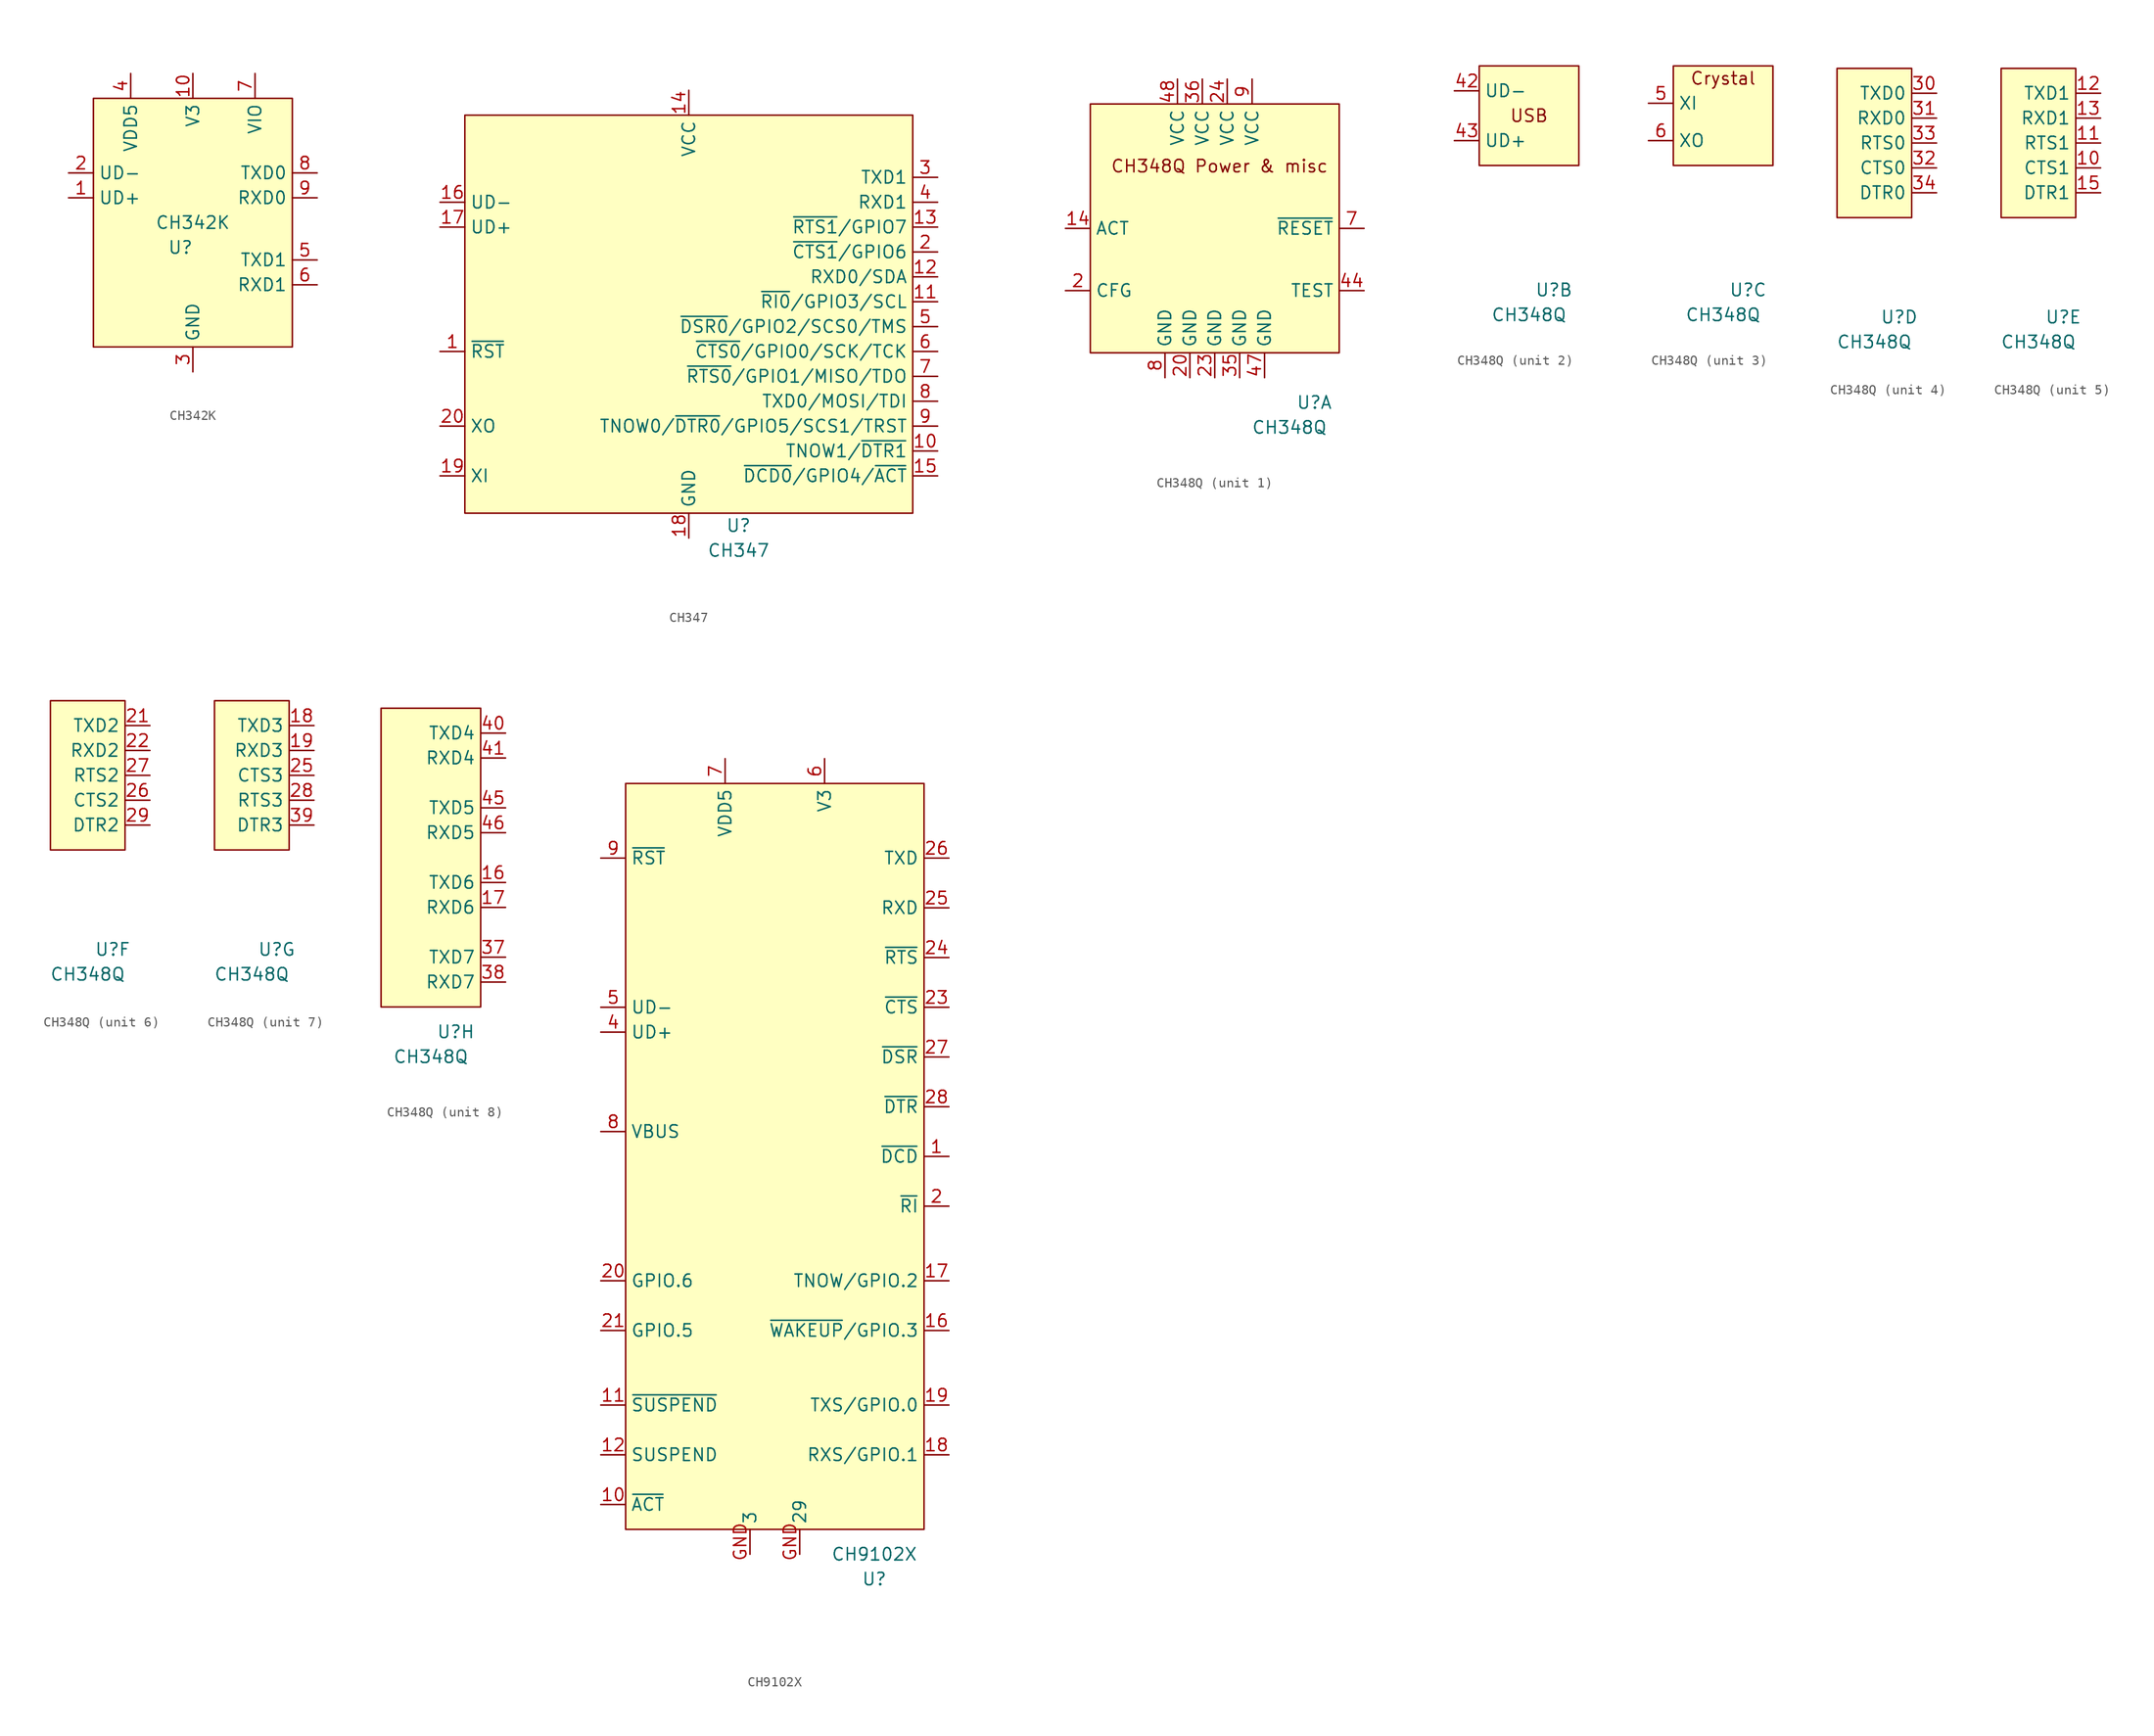
<source format=kicad_sym>
(kicad_symbol_lib
  (version 20220914)
  (generator kicad_symbol_editor)
  (symbol "CH342K"
    (property "Reference" "U"
      (at -1.27 -2.54 0)
      (effects (font (size 1.27 1.27))))
    (property "Value" "CH342K"
      (at 0 0 0)
      (effects (font (size 1.27 1.27))))
    (symbol "CH342K_0_1"
      (rectangle (start -10.16 12.7) (end 10.16 -12.7) (stroke (width 0) (type default) (color 0 0 0 0)) (fill (type background))))
    (symbol "CH342K_1_1"
      (pin bidirectional line (at -12.7 2.54 0) (length 2.54) (name "UD+" (effects (font (size 1.27 1.27)))) (number "1" (effects (font (size 1.27 1.27)))))
      (pin power_out line (at 0 15.24 270) (length 2.54) (name "V3" (effects (font (size 1.27 1.27)))) (number "10" (effects (font (size 1.27 1.27)))))
      (pin bidirectional line (at -12.7 5.08 0) (length 2.54) (name "UD-" (effects (font (size 1.27 1.27)))) (number "2" (effects (font (size 1.27 1.27)))))
      (pin passive line (at 0 -15.24 90) (length 2.54) (name "GND" (effects (font (size 1.27 1.27)))) (number "3" (effects (font (size 1.27 1.27)))))
      (pin power_in line (at -6.35 15.24 270) (length 2.54) (name "VDD5" (effects (font (size 1.27 1.27)))) (number "4" (effects (font (size 1.27 1.27)))))
      (pin output line (at 12.7 -3.81 180) (length 2.54) (name "TXD1" (effects (font (size 1.27 1.27)))) (number "5" (effects (font (size 1.27 1.27)))))
      (pin input line (at 12.7 -6.35 180) (length 2.54) (name "RXD1" (effects (font (size 1.27 1.27)))) (number "6" (effects (font (size 1.27 1.27)))))
      (pin power_in line (at 6.35 15.24 270) (length 2.54) (name "VIO" (effects (font (size 1.27 1.27)))) (number "7" (effects (font (size 1.27 1.27)))))
      (pin output line (at 12.7 5.08 180) (length 2.54) (name "TXD0" (effects (font (size 1.27 1.27)))) (number "8" (effects (font (size 1.27 1.27)))))
      (pin input line (at 12.7 2.54 180) (length 2.54) (name "RXD0" (effects (font (size 1.27 1.27)))) (number "9" (effects (font (size 1.27 1.27)))))))
  (symbol "CH347"
    (property "Reference" "U"
      (at 5.08 -17.78 0)
      (effects (font (size 1.27 1.27))))
    (property "Value" "CH347"
      (at 5.08 -20.32 0)
      (effects (font (size 1.27 1.27))))
    (symbol "CH347_0_0"
      (rectangle (start -22.86 24.13) (end 22.86 -16.51) (stroke (width 0.152) (type default)) (fill (type background))))
    (symbol "CH347_1_1"
      (pin passive line (at -25.4 0 0) (length 2.54) (name "~{RST}" (effects (font (size 1.27 1.27)))) (number "1" (effects (font (size 1.27 1.27)))))
      (pin bidirectional line (at 25.4 -10.16 180) (length 2.54) (name "TNOW1/~{DTR1}" (effects (font (size 1.27 1.27)))) (number "10" (effects (font (size 1.27 1.27)))))
      (pin bidirectional line (at 25.4 5.08 180) (length 2.54) (name "~{RI0}/GPIO3/SCL" (effects (font (size 1.27 1.27)))) (number "11" (effects (font (size 1.27 1.27)))))
      (pin bidirectional line (at 25.4 7.62 180) (length 2.54) (name "RXD0/SDA" (effects (font (size 1.27 1.27)))) (number "12" (effects (font (size 1.27 1.27)))))
      (pin bidirectional line (at 25.4 12.7 180) (length 2.54) (name "~{RTS1}/GPIO7" (effects (font (size 1.27 1.27)))) (number "13" (effects (font (size 1.27 1.27)))))
      (pin power_in line (at 0 26.67 270) (length 2.54) (name "VCC" (effects (font (size 1.27 1.27)))) (number "14" (effects (font (size 1.27 1.27)))))
      (pin bidirectional line (at 25.4 -12.7 180) (length 2.54) (name "~{DCD0}/GPIO4/~{ACT}" (effects (font (size 1.27 1.27)))) (number "15" (effects (font (size 1.27 1.27)))))
      (pin bidirectional line (at -25.4 15.24 0) (length 2.54) (name "UD-" (effects (font (size 1.27 1.27)))) (number "16" (effects (font (size 1.27 1.27)))))
      (pin bidirectional line (at -25.4 12.7 0) (length 2.54) (name "UD+" (effects (font (size 1.27 1.27)))) (number "17" (effects (font (size 1.27 1.27)))))
      (pin passive line (at 0 -19.05 90) (length 2.54) (name "GND" (effects (font (size 1.27 1.27)))) (number "18" (effects (font (size 1.27 1.27)))))
      (pin input line (at -25.4 -12.7 0) (length 2.54) (name "XI" (effects (font (size 1.27 1.27)))) (number "19" (effects (font (size 1.27 1.27)))))
      (pin bidirectional line (at 25.4 10.16 180) (length 2.54) (name "~{CTS1}/GPIO6" (effects (font (size 1.27 1.27)))) (number "2" (effects (font (size 1.27 1.27)))))
      (pin output line (at -25.4 -7.62 0) (length 2.54) (name "XO" (effects (font (size 1.27 1.27)))) (number "20" (effects (font (size 1.27 1.27)))))
      (pin output line (at 25.4 17.78 180) (length 2.54) (name "TXD1" (effects (font (size 1.27 1.27)))) (number "3" (effects (font (size 1.27 1.27)))))
      (pin output line (at 25.4 15.24 180) (length 2.54) (name "RXD1" (effects (font (size 1.27 1.27)))) (number "4" (effects (font (size 1.27 1.27)))))
      (pin bidirectional line (at 25.4 2.54 180) (length 2.54) (name "~{DSR0}/GPIO2/SCS0/TMS" (effects (font (size 1.27 1.27)))) (number "5" (effects (font (size 1.27 1.27)))))
      (pin bidirectional line (at 25.4 0 180) (length 2.54) (name "~{CTS0}/GPIO0/SCK/TCK" (effects (font (size 1.27 1.27)))) (number "6" (effects (font (size 1.27 1.27)))))
      (pin bidirectional line (at 25.4 -2.54 180) (length 2.54) (name "~{RTS0}/GPIO1/MISO/TDO" (effects (font (size 1.27 1.27)))) (number "7" (effects (font (size 1.27 1.27)))))
      (pin bidirectional line (at 25.4 -5.08 180) (length 2.54) (name "TXD0/MOSI/TDI" (effects (font (size 1.27 1.27)))) (number "8" (effects (font (size 1.27 1.27)))))
      (pin bidirectional line (at 25.4 -7.62 180) (length 2.54) (name "TNOW0/~{DTR0}/GPIO5/SCS1/TRST" (effects (font (size 1.27 1.27)))) (number "9" (effects (font (size 1.27 1.27)))))))
  (symbol "CH348Q"
    (property "Reference" "U"
      (at 2.54 -17.78 0)
      (effects (font (size 1.27 1.27))))
    (property "Value" "CH348Q"
      (at 0 -20.32 0)
      (effects (font (size 1.27 1.27))))
    (property "ki_locked" ""
      (at 0 0 0)
      (effects (font (size 1.27 1.27))))
    (symbol "CH348Q_1_1"
      (rectangle (start -20.32 12.7) (end 5.08 -12.7) (stroke (width 0.152) (type default)) (fill (type background)))
      (text " CH348Q Power & misc" (at -7.62 6.35 0) (effects (font (size 1.27 1.27))))
      (pin no_connect line (at -7.62 2.54 0) (length 2.54) hide (name "NC" (effects (font (size 1.27 1.27)))) (number "1" (effects (font (size 1.27 1.27)))))
      (pin output line (at -22.86 0 0) (length 2.54) (name "ACT" (effects (font (size 1.27 1.27)))) (number "14" (effects (font (size 1.27 1.27)))))
      (pin input line (at -22.86 -6.35 0) (length 2.54) (name "CFG" (effects (font (size 1.27 1.27)))) (number "2" (effects (font (size 1.27 1.27)))))
      (pin passive line (at -10.16 -15.24 90) (length 2.54) (name "GND" (effects (font (size 1.27 1.27)))) (number "20" (effects (font (size 1.27 1.27)))))
      (pin passive line (at -7.62 -15.24 90) (length 2.54) (name "GND" (effects (font (size 1.27 1.27)))) (number "23" (effects (font (size 1.27 1.27)))))
      (pin power_in line (at -6.35 15.24 270) (length 2.54) (name "VCC" (effects (font (size 1.27 1.27)))) (number "24" (effects (font (size 1.27 1.27)))))
      (pin no_connect line (at -7.62 -2.54 0) (length 2.54) hide (name "NC" (effects (font (size 1.27 1.27)))) (number "3" (effects (font (size 1.27 1.27)))))
      (pin passive line (at -5.08 -15.24 90) (length 2.54) (name "GND" (effects (font (size 1.27 1.27)))) (number "35" (effects (font (size 1.27 1.27)))))
      (pin power_in line (at -8.89 15.24 270) (length 2.54) (name "VCC" (effects (font (size 1.27 1.27)))) (number "36" (effects (font (size 1.27 1.27)))))
      (pin no_connect line (at -7.62 -5.08 0) (length 2.54) hide (name "NC" (effects (font (size 1.27 1.27)))) (number "4" (effects (font (size 1.27 1.27)))))
      (pin input line (at 7.62 -6.35 180) (length 2.54) (name "TEST" (effects (font (size 1.27 1.27)))) (number "44" (effects (font (size 1.27 1.27)))))
      (pin passive line (at -2.54 -15.24 90) (length 2.54) (name "GND" (effects (font (size 1.27 1.27)))) (number "47" (effects (font (size 1.27 1.27)))))
      (pin power_in line (at -11.43 15.24 270) (length 2.54) (name "VCC" (effects (font (size 1.27 1.27)))) (number "48" (effects (font (size 1.27 1.27)))))
      (pin input line (at 7.62 0 180) (length 2.54) (name "~{RESET}" (effects (font (size 1.27 1.27)))) (number "7" (effects (font (size 1.27 1.27)))))
      (pin passive line (at -12.7 -15.24 90) (length 2.54) (name "GND" (effects (font (size 1.27 1.27)))) (number "8" (effects (font (size 1.27 1.27)))))
      (pin power_in line (at -3.81 15.24 270) (length 2.54) (name "VCC" (effects (font (size 1.27 1.27)))) (number "9" (effects (font (size 1.27 1.27))))))
    (symbol "CH348Q_2_0"
      (text "USB" (at 0 0 0) (effects (font (size 1.27 1.27)))))
    (symbol "CH348Q_2_1"
      (rectangle (start -5.08 5.08) (end 5.08 -5.08) (stroke (width 0.152) (type default)) (fill (type background)))
      (pin bidirectional line (at -7.62 2.54 0) (length 2.54) (name "UD-" (effects (font (size 1.27 1.27)))) (number "42" (effects (font (size 1.27 1.27)))))
      (pin bidirectional line (at -7.62 -2.54 0) (length 2.54) (name "UD+" (effects (font (size 1.27 1.27)))) (number "43" (effects (font (size 1.27 1.27))))))
    (symbol "CH348Q_3_0"
      (rectangle (start -5.08 5.08) (end 5.08 -5.08) (stroke (width 0.152) (type default)) (fill (type background)))
      (text "Crystal" (at 0 3.81 0) (effects (font (size 1.27 1.27)))))
    (symbol "CH348Q_3_1"
      (pin input line (at -7.62 1.27 0) (length 2.54) (name "XI" (effects (font (size 1.27 1.27)))) (number "5" (effects (font (size 1.27 1.27)))))
      (pin input line (at -7.62 -2.54 0) (length 2.54) (name "XO" (effects (font (size 1.27 1.27)))) (number "6" (effects (font (size 1.27 1.27))))))
    (symbol "CH348Q_4_1"
      (rectangle (start -3.81 7.62) (end 3.81 -7.62) (stroke (width 0.152) (type default)) (fill (type background)))
      (pin output line (at 6.35 5.08 180) (length 2.54) (name "TXD0" (effects (font (size 1.27 1.27)))) (number "30" (effects (font (size 1.27 1.27)))))
      (pin input line (at 6.35 2.54 180) (length 2.54) (name "RXD0" (effects (font (size 1.27 1.27)))) (number "31" (effects (font (size 1.27 1.27)))))
      (pin input line (at 6.35 -2.54 180) (length 2.54) (name "CTS0" (effects (font (size 1.27 1.27)))) (number "32" (effects (font (size 1.27 1.27)))))
      (pin output line (at 6.35 0 180) (length 2.54) (name "RTS0" (effects (font (size 1.27 1.27)))) (number "33" (effects (font (size 1.27 1.27)))))
      (pin output line (at 6.35 -5.08 180) (length 2.54) (name "DTR0" (effects (font (size 1.27 1.27)))) (number "34" (effects (font (size 1.27 1.27))))))
    (symbol "CH348Q_5_1"
      (rectangle (start -3.81 7.62) (end 3.81 -7.62) (stroke (width 0.152) (type default)) (fill (type background)))
      (pin input line (at 6.35 -2.54 180) (length 2.54) (name "CTS1" (effects (font (size 1.27 1.27)))) (number "10" (effects (font (size 1.27 1.27)))))
      (pin output line (at 6.35 0 180) (length 2.54) (name "RTS1" (effects (font (size 1.27 1.27)))) (number "11" (effects (font (size 1.27 1.27)))))
      (pin output line (at 6.35 5.08 180) (length 2.54) (name "TXD1" (effects (font (size 1.27 1.27)))) (number "12" (effects (font (size 1.27 1.27)))))
      (pin input line (at 6.35 2.54 180) (length 2.54) (name "RXD1" (effects (font (size 1.27 1.27)))) (number "13" (effects (font (size 1.27 1.27)))))
      (pin output line (at 6.35 -5.08 180) (length 2.54) (name "DTR1" (effects (font (size 1.27 1.27)))) (number "15" (effects (font (size 1.27 1.27))))))
    (symbol "CH348Q_6_1"
      (rectangle (start -3.81 7.62) (end 3.81 -7.62) (stroke (width 0.152) (type default)) (fill (type background)))
      (pin output line (at 6.35 5.08 180) (length 2.54) (name "TXD2" (effects (font (size 1.27 1.27)))) (number "21" (effects (font (size 1.27 1.27)))))
      (pin input line (at 6.35 2.54 180) (length 2.54) (name "RXD2" (effects (font (size 1.27 1.27)))) (number "22" (effects (font (size 1.27 1.27)))))
      (pin input line (at 6.35 -2.54 180) (length 2.54) (name "CTS2" (effects (font (size 1.27 1.27)))) (number "26" (effects (font (size 1.27 1.27)))))
      (pin output line (at 6.35 0 180) (length 2.54) (name "RTS2" (effects (font (size 1.27 1.27)))) (number "27" (effects (font (size 1.27 1.27)))))
      (pin output line (at 6.35 -5.08 180) (length 2.54) (name "DTR2" (effects (font (size 1.27 1.27)))) (number "29" (effects (font (size 1.27 1.27))))))
    (symbol "CH348Q_7_1"
      (rectangle (start -3.81 7.62) (end 3.81 -7.62) (stroke (width 0.152) (type default)) (fill (type background)))
      (pin output line (at 6.35 5.08 180) (length 2.54) (name "TXD3" (effects (font (size 1.27 1.27)))) (number "18" (effects (font (size 1.27 1.27)))))
      (pin input line (at 6.35 2.54 180) (length 2.54) (name "RXD3" (effects (font (size 1.27 1.27)))) (number "19" (effects (font (size 1.27 1.27)))))
      (pin input line (at 6.35 0 180) (length 2.54) (name "CTS3" (effects (font (size 1.27 1.27)))) (number "25" (effects (font (size 1.27 1.27)))))
      (pin output line (at 6.35 -2.54 180) (length 2.54) (name "RTS3" (effects (font (size 1.27 1.27)))) (number "28" (effects (font (size 1.27 1.27)))))
      (pin output line (at 6.35 -5.08 180) (length 2.54) (name "DTR3" (effects (font (size 1.27 1.27)))) (number "39" (effects (font (size 1.27 1.27))))))
    (symbol "CH348Q_8_1"
      (rectangle (start 5.08 -15.24) (end -5.08 15.24) (stroke (width 0.152) (type default)) (fill (type background)))
      (pin output line (at 7.62 -2.54 180) (length 2.54) (name "TXD6" (effects (font (size 1.27 1.27)))) (number "16" (effects (font (size 1.27 1.27)))))
      (pin input line (at 7.62 -5.08 180) (length 2.54) (name "RXD6" (effects (font (size 1.27 1.27)))) (number "17" (effects (font (size 1.27 1.27)))))
      (pin output line (at 7.62 -10.16 180) (length 2.54) (name "TXD7" (effects (font (size 1.27 1.27)))) (number "37" (effects (font (size 1.27 1.27)))))
      (pin input line (at 7.62 -12.7 180) (length 2.54) (name "RXD7" (effects (font (size 1.27 1.27)))) (number "38" (effects (font (size 1.27 1.27)))))
      (pin output line (at 7.62 12.7 180) (length 2.54) (name "TXD4" (effects (font (size 1.27 1.27)))) (number "40" (effects (font (size 1.27 1.27)))))
      (pin input line (at 7.62 10.16 180) (length 2.54) (name "RXD4" (effects (font (size 1.27 1.27)))) (number "41" (effects (font (size 1.27 1.27)))))
      (pin output line (at 7.62 5.08 180) (length 2.54) (name "TXD5" (effects (font (size 1.27 1.27)))) (number "45" (effects (font (size 1.27 1.27)))))
      (pin input line (at 7.62 2.54 180) (length 2.54) (name "RXD5" (effects (font (size 1.27 1.27)))) (number "46" (effects (font (size 1.27 1.27)))))))
  (symbol "CH9102X"
    (property "Reference" "U"
      (at 10.16 -81.28 0)
      (effects (font (size 1.27 1.27))))
    (property "Value" "CH9102X"
      (at 10.16 -78.74 0)
      (effects (font (size 1.27 1.27))))
    (symbol "CH9102X_0_1"
      (rectangle (start -15.24 0) (end 15.24 -76.2) (stroke (width 0.152) (type default)) (fill (type background))))
    (symbol "CH9102X_1_1"
      (pin input line (at 17.78 -38.1 180) (length 2.54) (name "~{DCD}" (effects (font (size 1.27 1.27)))) (number "1" (effects (font (size 1.27 1.27)))))
      (pin output line (at -17.78 -73.66 0) (length 2.54) (name "~{ACT}" (effects (font (size 1.27 1.27)))) (number "10" (effects (font (size 1.27 1.27)))))
      (pin output line (at -17.78 -63.5 0) (length 2.54) (name "~{SUSPEND}" (effects (font (size 1.27 1.27)))) (number "11" (effects (font (size 1.27 1.27)))))
      (pin output line (at -17.78 -68.58 0) (length 2.54) (name "SUSPEND" (effects (font (size 1.27 1.27)))) (number "12" (effects (font (size 1.27 1.27)))))
      (pin no_connect line (at -7.62 -40.64 0) (length 2.54) hide (name "NC" (effects (font (size 1.27 1.27)))) (number "13" (effects (font (size 1.27 1.27)))))
      (pin no_connect line (at -7.62 -43.18 0) (length 2.54) hide (name "NC" (effects (font (size 1.27 1.27)))) (number "14" (effects (font (size 1.27 1.27)))))
      (pin no_connect line (at -7.62 -45.72 0) (length 2.54) hide (name "NC" (effects (font (size 1.27 1.27)))) (number "15" (effects (font (size 1.27 1.27)))))
      (pin bidirectional line (at 17.78 -55.88 180) (length 2.54) (name "~{WAKEUP}/GPIO.3" (effects (font (size 1.27 1.27)))) (number "16" (effects (font (size 1.27 1.27)))) (alternate "GPIO.3" bidirectional line) (alternate "~{WAKEUP}" input line))
      (pin bidirectional line (at 17.78 -50.8 180) (length 2.54) (name "TNOW/GPIO.2" (effects (font (size 1.27 1.27)))) (number "17" (effects (font (size 1.27 1.27)))) (alternate "GPIO.2" bidirectional line) (alternate "TNOW" output line))
      (pin bidirectional line (at 17.78 -68.58 180) (length 2.54) (name "RXS/GPIO.1" (effects (font (size 1.27 1.27)))) (number "18" (effects (font (size 1.27 1.27)))) (alternate "GPIO.1" bidirectional line) (alternate "RXS" output line))
      (pin bidirectional line (at 17.78 -63.5 180) (length 2.54) (name "TXS/GPIO.0" (effects (font (size 1.27 1.27)))) (number "19" (effects (font (size 1.27 1.27)))) (alternate "GPIO.0" bidirectional line) (alternate "TXS" output line))
      (pin input line (at 17.78 -43.18 180) (length 2.54) (name "~{RI}" (effects (font (size 1.27 1.27)))) (number "2" (effects (font (size 1.27 1.27)))))
      (pin bidirectional line (at -17.78 -50.8 0) (length 2.54) (name "GPIO.6" (effects (font (size 1.27 1.27)))) (number "20" (effects (font (size 1.27 1.27)))))
      (pin bidirectional line (at -17.78 -55.88 0) (length 2.54) (name "GPIO.5" (effects (font (size 1.27 1.27)))) (number "21" (effects (font (size 1.27 1.27)))))
      (pin passive line (at -7.62 -38.1 0) (length 2.54) hide (name "VIO" (effects (font (size 1.27 1.27)))) (number "22" (effects (font (size 1.27 1.27)))))
      (pin input line (at 17.78 -22.86 180) (length 2.54) (name "~{CTS}" (effects (font (size 1.27 1.27)))) (number "23" (effects (font (size 1.27 1.27)))))
      (pin output line (at 17.78 -17.78 180) (length 2.54) (name "~{RTS}" (effects (font (size 1.27 1.27)))) (number "24" (effects (font (size 1.27 1.27)))))
      (pin input line (at 17.78 -12.7 180) (length 2.54) (name "RXD" (effects (font (size 1.27 1.27)))) (number "25" (effects (font (size 1.27 1.27)))))
      (pin output line (at 17.78 -7.62 180) (length 2.54) (name "TXD" (effects (font (size 1.27 1.27)))) (number "26" (effects (font (size 1.27 1.27)))))
      (pin input line (at 17.78 -27.94 180) (length 2.54) (name "~{DSR}" (effects (font (size 1.27 1.27)))) (number "27" (effects (font (size 1.27 1.27)))))
      (pin output line (at 17.78 -33.02 180) (length 2.54) (name "~{DTR}" (effects (font (size 1.27 1.27)))) (number "28" (effects (font (size 1.27 1.27)))))
      (pin bidirectional line (at -17.78 -25.4 0) (length 2.54) (name "UD+" (effects (font (size 1.27 1.27)))) (number "4" (effects (font (size 1.27 1.27)))))
      (pin bidirectional line (at -17.78 -22.86 0) (length 2.54) (name "UD-" (effects (font (size 1.27 1.27)))) (number "5" (effects (font (size 1.27 1.27)))))
      (pin power_out line (at 5.08 2.54 270) (length 2.54) (name "V3" (effects (font (size 1.27 1.27)))) (number "6" (effects (font (size 1.27 1.27)))) (alternate "V3" power_in line))
      (pin power_in line (at -5.08 2.54 270) (length 2.54) (name "VDD5" (effects (font (size 1.27 1.27)))) (number "7" (effects (font (size 1.27 1.27)))))
      (pin input line (at -17.78 -35.56 0) (length 2.54) (name "VBUS" (effects (font (size 1.27 1.27)))) (number "8" (effects (font (size 1.27 1.27)))))
      (pin output line (at -17.78 -7.62 0) (length 2.54) (name "~{RST}" (effects (font (size 1.27 1.27)))) (number "9" (effects (font (size 1.27 1.27)))))
      (pin passive line (at 2.54 -78.74 90) (length 2.54) (name "29" (effects (font (size 1.27 1.27)))) (number "GND" (effects (font (size 1.27 1.27)))))
      (pin passive line (at -2.54 -78.74 90) (length 2.54) (name "3" (effects (font (size 1.27 1.27)))) (number "GND" (effects (font (size 1.27 1.27))))))))
</source>
